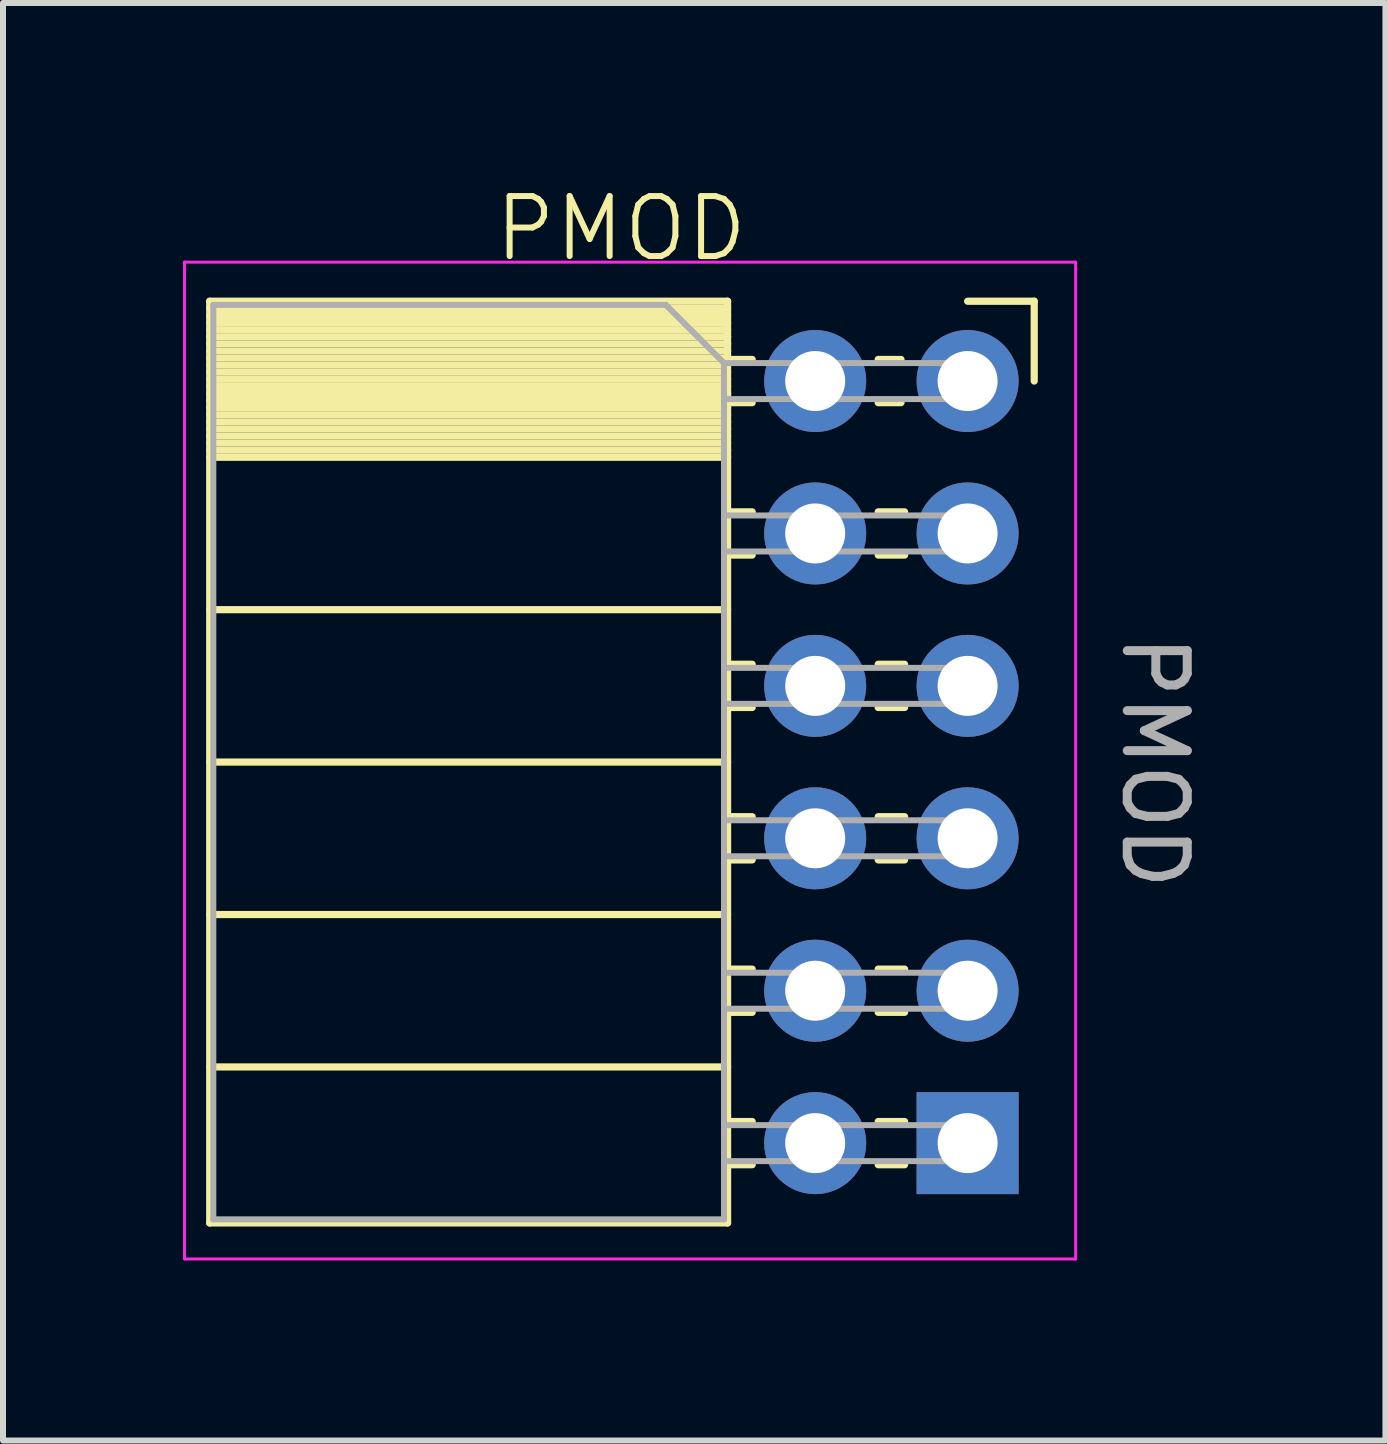
<source format=kicad_pcb>
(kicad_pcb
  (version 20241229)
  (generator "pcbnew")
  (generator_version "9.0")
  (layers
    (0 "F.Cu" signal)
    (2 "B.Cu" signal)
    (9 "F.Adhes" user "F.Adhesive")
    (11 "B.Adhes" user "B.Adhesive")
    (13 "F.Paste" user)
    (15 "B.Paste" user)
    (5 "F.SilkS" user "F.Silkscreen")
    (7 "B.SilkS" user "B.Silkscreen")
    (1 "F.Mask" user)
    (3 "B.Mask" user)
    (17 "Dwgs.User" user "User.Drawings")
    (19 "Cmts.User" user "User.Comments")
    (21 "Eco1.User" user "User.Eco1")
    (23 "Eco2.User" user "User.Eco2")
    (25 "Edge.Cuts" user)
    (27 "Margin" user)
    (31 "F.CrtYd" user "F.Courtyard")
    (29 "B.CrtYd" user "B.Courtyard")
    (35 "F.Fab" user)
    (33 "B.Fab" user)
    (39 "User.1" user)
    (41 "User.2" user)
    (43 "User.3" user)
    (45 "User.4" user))
  (footprint "PMOD"
    (layer "F.Cu")
    (at 7.3 9.65)
    (property "Reference" "PMOD" (at 0 -8.89 0) (unlocked yes) (layer "F.SilkS") (effects (font (size 1 1) (thickness 0.1))))
    (attr through_hole)
    (fp_line (start -6.855 -7.68) (end -6.855 7.68) (stroke (width 0.12) (type solid)) (layer "F.SilkS"))
    (fp_line (start -6.855 -7.68) (end 1.775 -7.68) (stroke (width 0.12) (type solid)) (layer "F.SilkS"))
    (fp_line (start -6.855 -7.56) (end 1.775 -7.56) (stroke (width 0.12) (type solid)) (layer "F.SilkS"))
    (fp_line (start -6.855 -7.442) (end 1.775 -7.442) (stroke (width 0.12) (type solid)) (layer "F.SilkS"))
    (fp_line (start -6.855 -7.324) (end 1.775 -7.324) (stroke (width 0.12) (type solid)) (layer "F.SilkS"))
    (fp_line (start -6.855 -7.206) (end 1.775 -7.206) (stroke (width 0.12) (type solid)) (layer "F.SilkS"))
    (fp_line (start -6.855 -7.088) (end 1.775 -7.088) (stroke (width 0.12) (type solid)) (layer "F.SilkS"))
    (fp_line (start -6.855 -6.97) (end 1.775 -6.97) (stroke (width 0.12) (type solid)) (layer "F.SilkS"))
    (fp_line (start -6.855 -6.851) (end 1.775 -6.851) (stroke (width 0.12) (type solid)) (layer "F.SilkS"))
    (fp_line (start -6.855 -6.733) (end 1.775 -6.733) (stroke (width 0.12) (type solid)) (layer "F.SilkS"))
    (fp_line (start -6.855 -6.615) (end 1.775 -6.615) (stroke (width 0.12) (type solid)) (layer "F.SilkS"))
    (fp_line (start -6.855 -6.497) (end 1.775 -6.497) (stroke (width 0.12) (type solid)) (layer "F.SilkS"))
    (fp_line (start -6.855 -6.379) (end 1.775 -6.379) (stroke (width 0.12) (type solid)) (layer "F.SilkS"))
    (fp_line (start -6.855 -6.261) (end 1.775 -6.261) (stroke (width 0.12) (type solid)) (layer "F.SilkS"))
    (fp_line (start -6.855 -6.143) (end 1.775 -6.143) (stroke (width 0.12) (type solid)) (layer "F.SilkS"))
    (fp_line (start -6.855 -6.025) (end 1.775 -6.025) (stroke (width 0.12) (type solid)) (layer "F.SilkS"))
    (fp_line (start -6.855 -5.907) (end 1.775 -5.907) (stroke (width 0.12) (type solid)) (layer "F.SilkS"))
    (fp_line (start -6.855 -5.789) (end 1.775 -5.789) (stroke (width 0.12) (type solid)) (layer "F.SilkS"))
    (fp_line (start -6.855 -5.67) (end 1.775 -5.67) (stroke (width 0.12) (type solid)) (layer "F.SilkS"))
    (fp_line (start -6.855 -5.552) (end 1.775 -5.552) (stroke (width 0.12) (type solid)) (layer "F.SilkS"))
    (fp_line (start -6.855 -5.434) (end 1.775 -5.434) (stroke (width 0.12) (type solid)) (layer "F.SilkS"))
    (fp_line (start -6.855 -5.316) (end 1.775 -5.316) (stroke (width 0.12) (type solid)) (layer "F.SilkS"))
    (fp_line (start -6.855 -5.198) (end 1.775 -5.198) (stroke (width 0.12) (type solid)) (layer "F.SilkS"))
    (fp_line (start -6.855 -5.08) (end 1.775 -5.08) (stroke (width 0.12) (type solid)) (layer "F.SilkS"))
    (fp_line (start -6.855 -2.54) (end 1.775 -2.54) (stroke (width 0.12) (type solid)) (layer "F.SilkS"))
    (fp_line (start -6.855 0) (end 1.775 0) (stroke (width 0.12) (type solid)) (layer "F.SilkS"))
    (fp_line (start -6.855 2.54) (end 1.775 2.54) (stroke (width 0.12) (type solid)) (layer "F.SilkS"))
    (fp_line (start -6.855 5.08) (end 1.775 5.08) (stroke (width 0.12) (type solid)) (layer "F.SilkS"))
    (fp_line (start -6.855 7.68) (end 1.775 7.68) (stroke (width 0.12) (type solid)) (layer "F.SilkS"))
    (fp_line (start 1.775 -7.68) (end 1.775 7.68) (stroke (width 0.12) (type solid)) (layer "F.SilkS"))
    (fp_line (start 1.775 -6.71) (end 2.185 -6.71) (stroke (width 0.12) (type solid)) (layer "F.SilkS"))
    (fp_line (start 1.775 -5.99) (end 2.185 -5.99) (stroke (width 0.12) (type solid)) (layer "F.SilkS"))
    (fp_line (start 1.775 -4.17) (end 2.185 -4.17) (stroke (width 0.12) (type solid)) (layer "F.SilkS"))
    (fp_line (start 1.775 -3.45) (end 2.185 -3.45) (stroke (width 0.12) (type solid)) (layer "F.SilkS"))
    (fp_line (start 1.775 -1.63) (end 2.185 -1.63) (stroke (width 0.12) (type solid)) (layer "F.SilkS"))
    (fp_line (start 1.775 -0.91) (end 2.185 -0.91) (stroke (width 0.12) (type solid)) (layer "F.SilkS"))
    (fp_line (start 1.775 0.91) (end 2.185 0.91) (stroke (width 0.12) (type solid)) (layer "F.SilkS"))
    (fp_line (start 1.775 1.63) (end 2.185 1.63) (stroke (width 0.12) (type solid)) (layer "F.SilkS"))
    (fp_line (start 1.775 3.45) (end 2.185 3.45) (stroke (width 0.12) (type solid)) (layer "F.SilkS"))
    (fp_line (start 1.775 4.17) (end 2.185 4.17) (stroke (width 0.12) (type solid)) (layer "F.SilkS"))
    (fp_line (start 1.775 5.99) (end 2.185 5.99) (stroke (width 0.12) (type solid)) (layer "F.SilkS"))
    (fp_line (start 1.775 6.71) (end 2.185 6.71) (stroke (width 0.12) (type solid)) (layer "F.SilkS"))
    (fp_line (start 4.285 -6.71) (end 4.665 -6.71) (stroke (width 0.12) (type solid)) (layer "F.SilkS"))
    (fp_line (start 4.285 -5.99) (end 4.665 -5.99) (stroke (width 0.12) (type solid)) (layer "F.SilkS"))
    (fp_line (start 4.285 -4.17) (end 4.725 -4.17) (stroke (width 0.12) (type solid)) (layer "F.SilkS"))
    (fp_line (start 4.285 -3.45) (end 4.725 -3.45) (stroke (width 0.12) (type solid)) (layer "F.SilkS"))
    (fp_line (start 4.285 -1.63) (end 4.725 -1.63) (stroke (width 0.12) (type solid)) (layer "F.SilkS"))
    (fp_line (start 4.285 -0.91) (end 4.725 -0.91) (stroke (width 0.12) (type solid)) (layer "F.SilkS"))
    (fp_line (start 4.285 0.91) (end 4.725 0.91) (stroke (width 0.12) (type solid)) (layer "F.SilkS"))
    (fp_line (start 4.285 1.63) (end 4.725 1.63) (stroke (width 0.12) (type solid)) (layer "F.SilkS"))
    (fp_line (start 4.285 3.45) (end 4.725 3.45) (stroke (width 0.12) (type solid)) (layer "F.SilkS"))
    (fp_line (start 4.285 4.17) (end 4.725 4.17) (stroke (width 0.12) (type solid)) (layer "F.SilkS"))
    (fp_line (start 4.285 5.99) (end 4.725 5.99) (stroke (width 0.12) (type solid)) (layer "F.SilkS"))
    (fp_line (start 4.285 6.71) (end 4.725 6.71) (stroke (width 0.12) (type solid)) (layer "F.SilkS"))
    (fp_line (start 5.775 -7.68) (end 6.885 -7.68) (stroke (width 0.12) (type solid)) (layer "F.SilkS"))
    (fp_line (start 6.885 -7.68) (end 6.885 -6.35) (stroke (width 0.12) (type solid)) (layer "F.SilkS"))
    (fp_line (start -7.275 -8.331) (end -7.275 8.28) (stroke (width 0.05) (type solid)) (layer "F.CrtYd"))
    (fp_line (start -7.275 8.28) (end 7.575 8.28) (stroke (width 0.05) (type solid)) (layer "F.CrtYd"))
    (fp_line (start 7.575 -8.331) (end -7.275 -8.331) (stroke (width 0.05) (type solid)) (layer "F.CrtYd"))
    (fp_line (start 7.575 8.28) (end 7.575 -8.331) (stroke (width 0.05) (type solid)) (layer "F.CrtYd"))
    (fp_line (start -6.795 -7.62) (end 0.745 -7.62) (stroke (width 0.1) (type solid)) (layer "F.Fab"))
    (fp_line (start -6.795 7.62) (end -6.795 -7.62) (stroke (width 0.1) (type solid)) (layer "F.Fab"))
    (fp_line (start 0.745 -7.62) (end 1.715 -6.65) (stroke (width 0.1) (type solid)) (layer "F.Fab"))
    (fp_line (start 1.715 -6.65) (end 1.715 7.62) (stroke (width 0.1) (type solid)) (layer "F.Fab"))
    (fp_line (start 1.715 -6.05) (end 5.775 -6.05) (stroke (width 0.1) (type solid)) (layer "F.Fab"))
    (fp_line (start 1.715 -3.51) (end 5.775 -3.51) (stroke (width 0.1) (type solid)) (layer "F.Fab"))
    (fp_line (start 1.715 -0.97) (end 5.775 -0.97) (stroke (width 0.1) (type solid)) (layer "F.Fab"))
    (fp_line (start 1.715 1.57) (end 5.775 1.57) (stroke (width 0.1) (type solid)) (layer "F.Fab"))
    (fp_line (start 1.715 4.11) (end 5.775 4.11) (stroke (width 0.1) (type solid)) (layer "F.Fab"))
    (fp_line (start 1.715 6.65) (end 5.775 6.65) (stroke (width 0.1) (type solid)) (layer "F.Fab"))
    (fp_line (start 1.715 7.62) (end -6.795 7.62) (stroke (width 0.1) (type solid)) (layer "F.Fab"))
    (fp_line (start 5.775 -6.65) (end 1.715 -6.65) (stroke (width 0.1) (type solid)) (layer "F.Fab"))
    (fp_line (start 5.775 -6.05) (end 5.775 -6.65) (stroke (width 0.1) (type solid)) (layer "F.Fab"))
    (fp_line (start 5.775 -4.11) (end 1.715 -4.11) (stroke (width 0.1) (type solid)) (layer "F.Fab"))
    (fp_line (start 5.775 -3.51) (end 5.775 -4.11) (stroke (width 0.1) (type solid)) (layer "F.Fab"))
    (fp_line (start 5.775 -1.57) (end 1.715 -1.57) (stroke (width 0.1) (type solid)) (layer "F.Fab"))
    (fp_line (start 5.775 -0.97) (end 5.775 -1.57) (stroke (width 0.1) (type solid)) (layer "F.Fab"))
    (fp_line (start 5.775 0.97) (end 1.715 0.97) (stroke (width 0.1) (type solid)) (layer "F.Fab"))
    (fp_line (start 5.775 1.57) (end 5.775 0.97) (stroke (width 0.1) (type solid)) (layer "F.Fab"))
    (fp_line (start 5.775 3.51) (end 1.715 3.51) (stroke (width 0.1) (type solid)) (layer "F.Fab"))
    (fp_line (start 5.775 4.11) (end 5.775 3.51) (stroke (width 0.1) (type solid)) (layer "F.Fab"))
    (fp_line (start 5.775 6.05) (end 1.715 6.05) (stroke (width 0.1) (type solid)) (layer "F.Fab"))
    (fp_line (start 5.775 6.65) (end 5.775 6.05) (stroke (width 0.1) (type solid)) (layer "F.Fab"))
    (fp_text user "${REFERENCE}" (at 8.89 0 270) (unlocked yes) (layer "F.Fab") (effects (font (size 1 1) (thickness 0.15))))
    (pad "1" thru_hole rect (at 5.775 6.35) (size 1.7 1.7) (drill 1) (layers "*.Cu" "*.Mask"))
    (pad "2" thru_hole oval (at 5.775 3.81) (size 1.7 1.7) (drill 1) (layers "*.Cu" "*.Mask"))
    (pad "3" thru_hole oval (at 5.775 1.27) (size 1.7 1.7) (drill 1) (layers "*.Cu" "*.Mask"))
    (pad "4" thru_hole oval (at 5.775 -1.27) (size 1.7 1.7) (drill 1) (layers "*.Cu" "*.Mask"))
    (pad "5" thru_hole oval (at 5.775 -3.81) (size 1.7 1.7) (drill 1) (layers "*.Cu" "*.Mask"))
    (pad "6" thru_hole circle (at 5.775 -6.35) (size 1.7 1.7) (drill 1) (layers "*.Cu" "*.Mask"))
    (pad "7" thru_hole oval (at 3.235 6.35) (size 1.7 1.7) (drill 1) (layers "*.Cu" "*.Mask"))
    (pad "8" thru_hole oval (at 3.235 3.81) (size 1.7 1.7) (drill 1) (layers "*.Cu" "*.Mask"))
    (pad "9" thru_hole oval (at 3.235 1.27) (size 1.7 1.7) (drill 1) (layers "*.Cu" "*.Mask"))
    (pad "10" thru_hole oval (at 3.235 -1.27) (size 1.7 1.7) (drill 1) (layers "*.Cu" "*.Mask"))
    (pad "11" thru_hole oval (at 3.235 -3.81) (size 1.7 1.7) (drill 1) (layers "*.Cu" "*.Mask"))
    (pad "12" thru_hole oval (at 3.235 -6.35) (size 1.7 1.7) (drill 1) (layers "*.Cu" "*.Mask")))
  (gr_rect
    (start -3 -3)
    (end 20.038 20.956)
    (stroke (width 0.1) (type default))
    (fill no)
    (layer "Edge.Cuts")))
</source>
